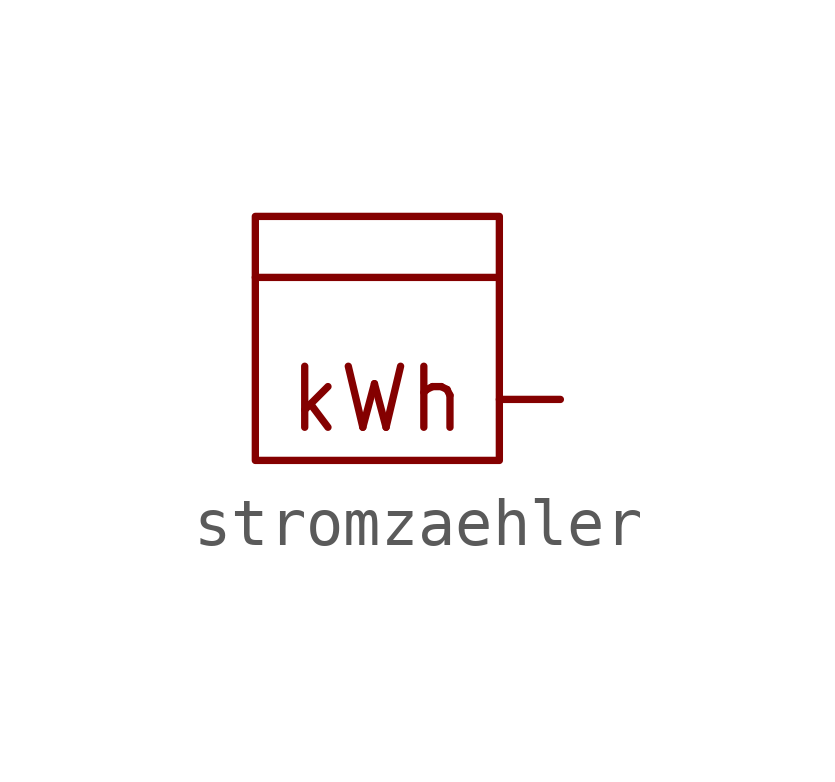
<source format=kicad_sym>
(kicad_symbol_lib
  (version 20211014)
  (generator kicad_symbol_editor)
  (symbol "stromzaehler"
    (pin_numbers hide)
    (pin_names
      (offset 0) hide)
    (property "Reference" "U"
      (at -2.54 3.81 0)
      (effects (font (size 1.27 1.27)) hide))
    (symbol "stromzaehler_0_0"
      (rectangle (start -1.27 3.81) (end 3.81 -1.27) (stroke (width 0) (type default) (color 0 0 0 0)) (fill (type none)))
      (polyline (pts (xy -1.27 2.54) (xy 3.81 2.54)) (stroke (width 0) (type default) (color 0 0 0 0)) (fill (type none)))
      (text "kWh" (at 1.27 0 0) (effects (font (size 1.27 1.27)))))
    (symbol "stromzaehler_1_1"
      (pin passive line (at 5.08 0 180) (length 1.27) (name "2" (effects (font (size 1.27 1.27)))) (number "2" (effects (font (size 1.27 1.27))))))))
</source>
